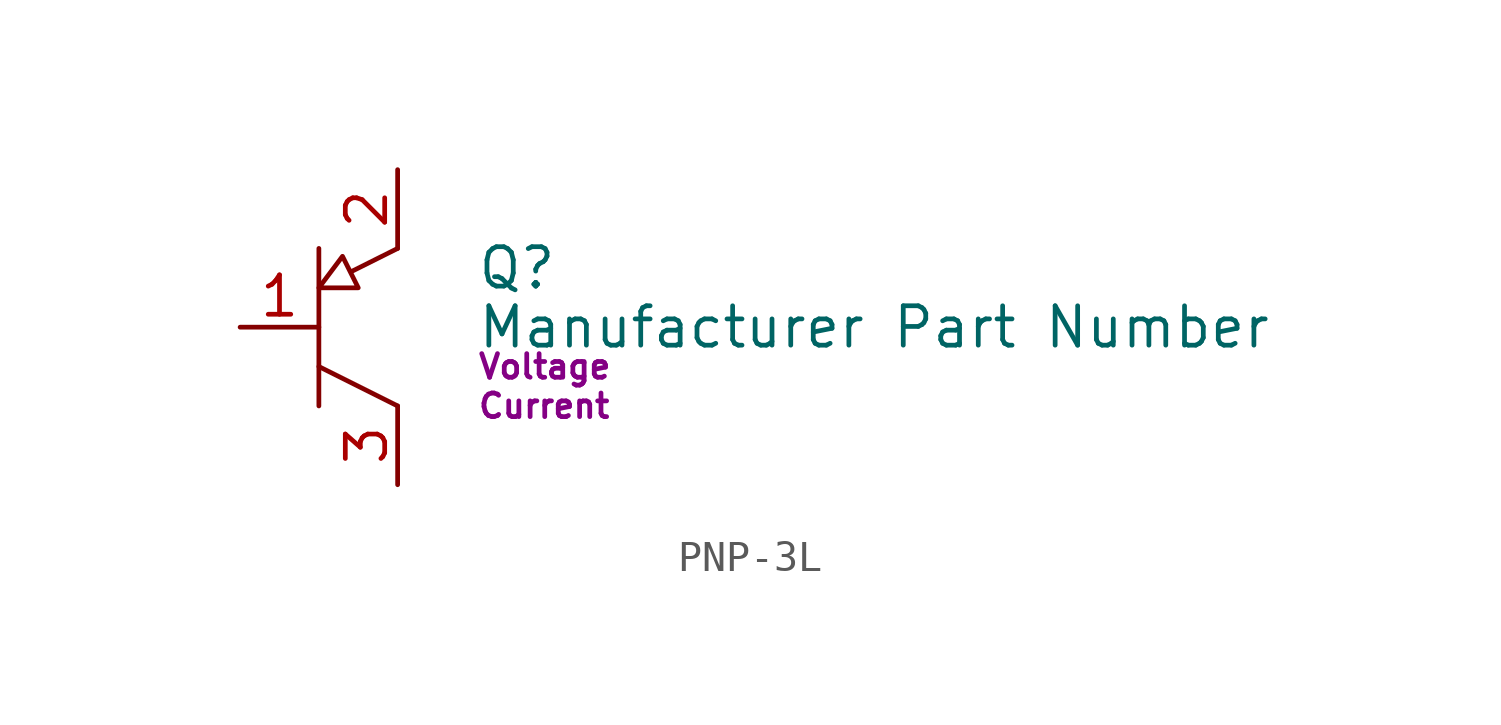
<source format=kicad_sym>
(kicad_symbol_lib
  (version 20231120)
  (generator "kicad_symbol_editor")
  (generator_version "8.0")
  (symbol "PNP-3L"
    (pin_names
      (offset 0) hide)
    (property "Reference" "Q"
      (at 2.54 -3.175 0)
      (effects (font (size 1.27 1.27)) (justify left)))
    (property "Value" "Manufacturer Part Number"
      (at 2.54 -5.08 0)
      (effects (font (size 1.27 1.27)) (justify left)))
    (property "Voltage" "Voltage"
      (at 2.54 -6.35 0)
      (effects (font (size 0.762 0.762)) (justify left)))
    (property "Current" "Current"
      (at 2.54 -7.62 0)
      (effects (font (size 0.762 0.762)) (justify left)))
    (symbol "PNP-3L_0_1"
      (polyline (pts (xy -2.54 -2.54) (xy -2.54 -7.62)) (stroke (width 0) (type default)) (fill (type none)))
      (polyline (pts (xy 0 -7.62) (xy -2.54 -6.35)) (stroke (width 0) (type default)) (fill (type none)))
      (polyline (pts (xy -1.524 -3.302) (xy -1.778 -2.794) (xy -2.54 -3.81) (xy -1.27 -3.81) (xy -1.524 -3.302) (xy 0 -2.54)) (stroke (width 0) (type default)) (fill (type none))))
    (symbol "PNP-3L_1_1"
      (pin passive line (at -5.08 -5.08 0) (length 2.54) (name "B" (effects (font (size 1.27 1.27)))) (number "1" (effects (font (size 1.27 1.27)))))
      (pin passive line (at 0 0 270) (length 2.54) (name "E" (effects (font (size 1.27 1.27)))) (number "2" (effects (font (size 1.27 1.27)))))
      (pin passive line (at 0 -10.16 90) (length 2.54) (name "C" (effects (font (size 1.27 1.27)))) (number "3" (effects (font (size 1.27 1.27))))))))
</source>
